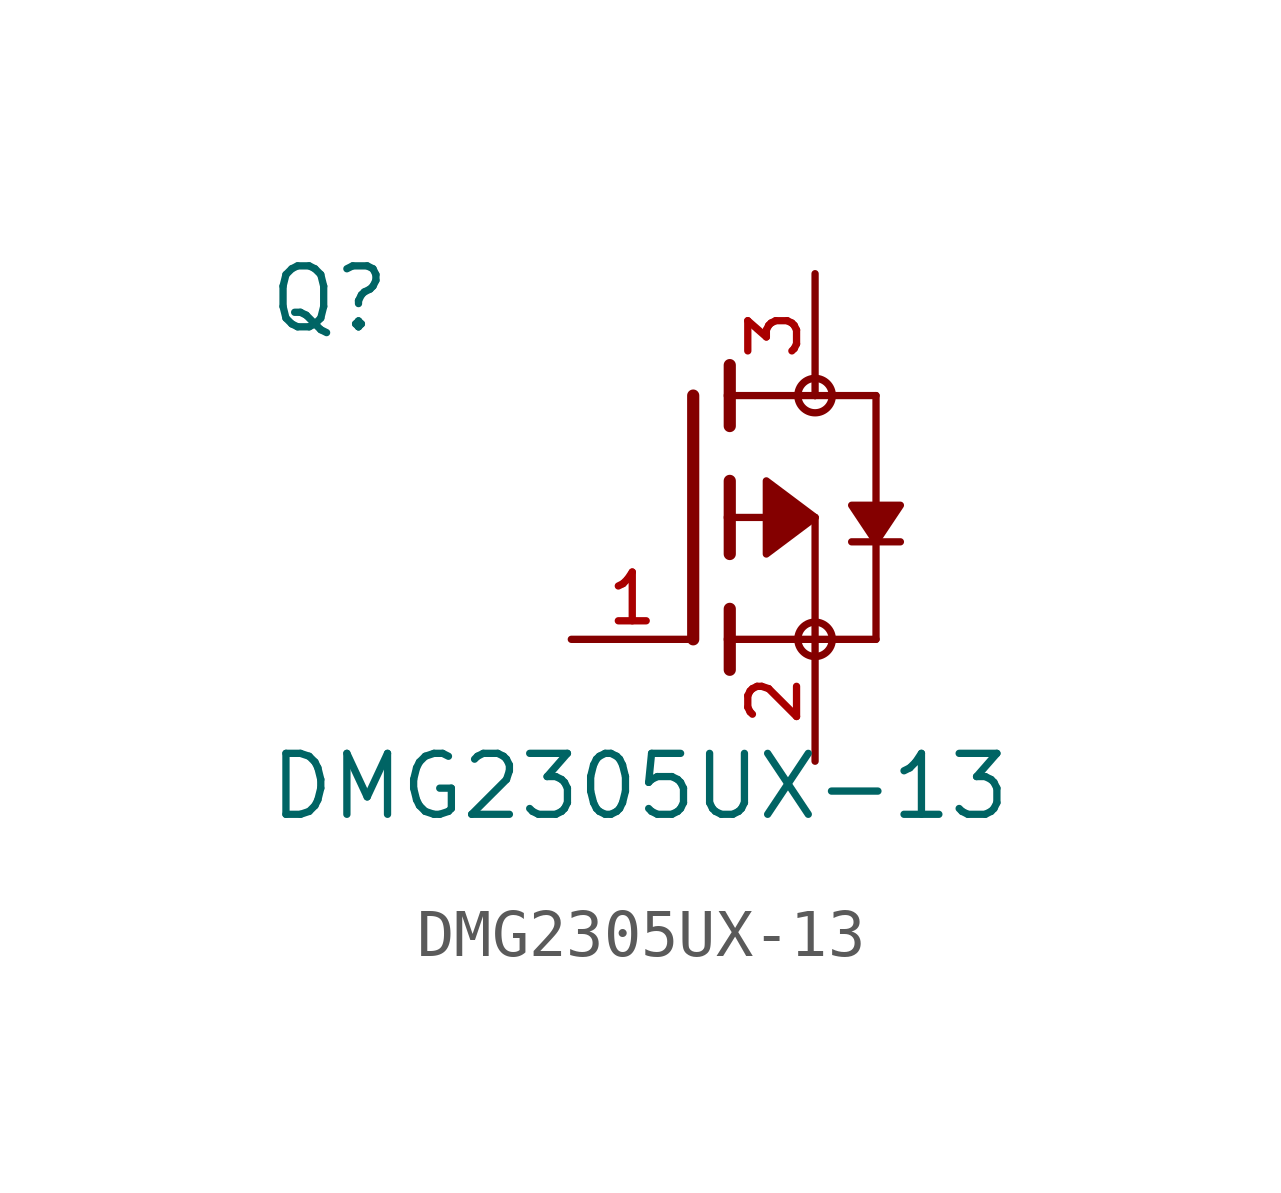
<source format=kicad_sym>
(kicad_symbol_lib
  (version 20220914)
  (generator kicad_symbol_editor)
  (symbol "DMG2305UX-13"
    (pin_names
      (offset 1.016))
    (property "Reference" "Q"
      (at -8.89 3.81 0)
      (effects (font (size 1.27 1.27)) (justify left bottom)))
    (property "Value" "DMG2305UX-13"
      (at -8.89 -6.35 0)
      (effects (font (size 1.27 1.27)) (justify left bottom)))
    (symbol "DMG2305UX-13_0_0"
      (polyline (pts (xy 0 -2.54) (xy 0 2.54)) (stroke (width 0.254) (type default)) (fill (type none)))
      (polyline (pts (xy 0.762 -3.175) (xy 0.762 -2.54)) (stroke (width 0.254) (type default)) (fill (type none)))
      (polyline (pts (xy 0.762 -2.54) (xy 0.762 -1.905)) (stroke (width 0.254) (type default)) (fill (type none)))
      (polyline (pts (xy 0.762 -2.54) (xy 2.54 -2.54)) (stroke (width 0.152) (type default)) (fill (type none)))
      (polyline (pts (xy 0.762 -0.762) (xy 0.762 0)) (stroke (width 0.254) (type default)) (fill (type none)))
      (polyline (pts (xy 0.762 0) (xy 0.762 0.762)) (stroke (width 0.254) (type default)) (fill (type none)))
      (polyline (pts (xy 0.762 0) (xy 2.54 0)) (stroke (width 0.152) (type default)) (fill (type none)))
      (polyline (pts (xy 0.762 1.905) (xy 0.762 2.54)) (stroke (width 0.254) (type default)) (fill (type none)))
      (polyline (pts (xy 0.762 2.54) (xy 0.762 3.175)) (stroke (width 0.254) (type default)) (fill (type none)))
      (polyline (pts (xy 2.54 -2.54) (xy 2.54 0)) (stroke (width 0.152) (type default)) (fill (type none)))
      (polyline (pts (xy 2.54 -2.54) (xy 3.81 -2.54)) (stroke (width 0.152) (type default)) (fill (type none)))
      (polyline (pts (xy 2.54 2.54) (xy 0.762 2.54)) (stroke (width 0.152) (type default)) (fill (type none)))
      (polyline (pts (xy 2.54 2.54) (xy 3.81 2.54)) (stroke (width 0.152) (type default)) (fill (type none)))
      (polyline (pts (xy 3.81 -0.508) (xy 3.302 -0.508)) (stroke (width 0.152) (type default)) (fill (type none)))
      (polyline (pts (xy 3.81 -0.508) (xy 3.81 -2.54)) (stroke (width 0.152) (type default)) (fill (type none)))
      (polyline (pts (xy 3.81 2.54) (xy 3.81 -0.508)) (stroke (width 0.152) (type default)) (fill (type none)))
      (polyline (pts (xy 4.318 -0.508) (xy 3.81 -0.508)) (stroke (width 0.152) (type default)) (fill (type none)))
      (polyline (pts (xy 2.54 0) (xy 1.524 0.762) (xy 1.524 -0.762) (xy 2.54 0)) (stroke (width 0.152) (type default)) (fill (type outline)))
      (polyline (pts (xy 3.81 -0.508) (xy 3.302 0.254) (xy 4.318 0.254) (xy 3.81 -0.508)) (stroke (width 0.152) (type default)) (fill (type outline)))
      (circle (center 2.54 -2.54) (radius 0.359) (stroke (width 0) (type default)) (fill (type none)))
      (circle (center 2.54 2.54) (radius 0.359) (stroke (width 0) (type default)) (fill (type none)))
      (pin passive line (at 2.54 5.08 270) (length 2.54) (name "~" (effects (font (size 1.016 1.016)))) (number "3" (effects (font (size 1.016 1.016))))))
    (symbol "DMG2305UX-13_1_0"
      (pin power_out line (at -2.54 -2.54 0) (length 2.54) (name "~" (effects (font (size 1.016 1.016)))) (number "1" (effects (font (size 1.016 1.016)))))
      (pin power_out line (at 2.54 -5.08 90) (length 2.54) (name "~" (effects (font (size 1.016 1.016)))) (number "2" (effects (font (size 1.016 1.016))))))))
</source>
